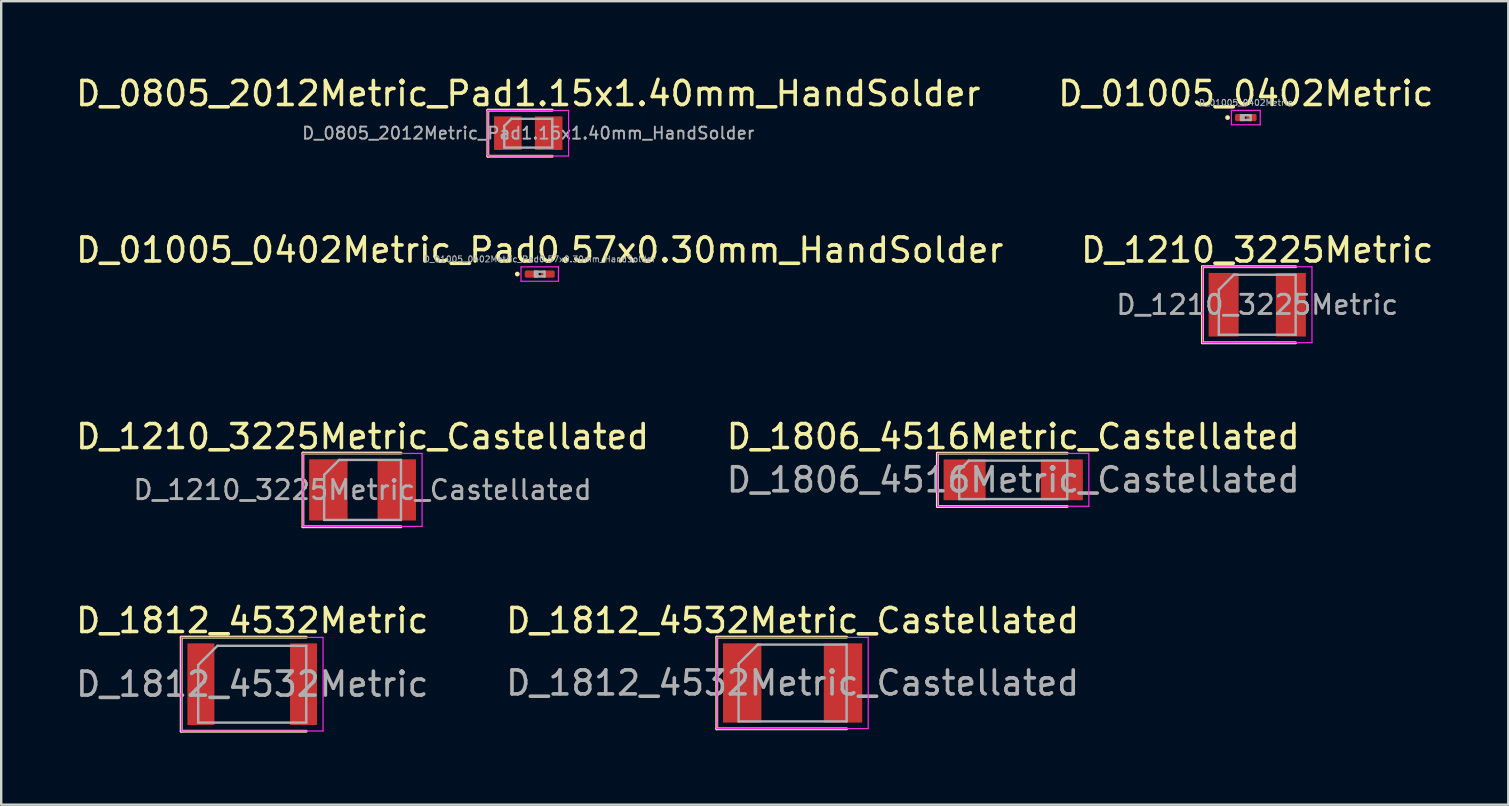
<source format=kicad_pcb>
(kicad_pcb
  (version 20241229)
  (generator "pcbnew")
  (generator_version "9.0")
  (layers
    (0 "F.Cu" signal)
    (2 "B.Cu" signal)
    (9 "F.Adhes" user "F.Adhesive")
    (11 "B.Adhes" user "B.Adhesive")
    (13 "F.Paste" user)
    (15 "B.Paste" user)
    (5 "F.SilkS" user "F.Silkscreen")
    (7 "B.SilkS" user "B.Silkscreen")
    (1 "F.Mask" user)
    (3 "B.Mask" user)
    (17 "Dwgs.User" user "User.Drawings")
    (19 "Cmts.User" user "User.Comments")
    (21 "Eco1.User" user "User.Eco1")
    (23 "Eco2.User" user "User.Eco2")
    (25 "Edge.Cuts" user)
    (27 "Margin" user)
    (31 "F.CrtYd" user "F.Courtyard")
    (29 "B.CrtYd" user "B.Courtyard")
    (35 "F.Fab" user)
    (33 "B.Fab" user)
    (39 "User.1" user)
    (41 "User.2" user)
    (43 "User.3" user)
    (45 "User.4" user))
  (footprint "D_1210_3225Metric_Castellated"
    (layer "F.Cu")
    (at 12.054 17.36)
    (property "Reference" "D_1210_3225Metric_Castellated" (at 0 -2.22 0) (layer "F.SilkS") (effects (font (size 1 1) (thickness 0.15))))
    (attr smd)
    (fp_line (start -2.485 -1.535) (end -2.485 1.535) (stroke (width 0.12) (type solid)) (layer "F.SilkS"))
    (fp_line (start -2.485 1.535) (end 1.6 1.535) (stroke (width 0.12) (type solid)) (layer "F.SilkS"))
    (fp_line (start 1.6 -1.535) (end -2.485 -1.535) (stroke (width 0.12) (type solid)) (layer "F.SilkS"))
    (fp_line (start -2.48 -1.52) (end 2.48 -1.52) (stroke (width 0.05) (type solid)) (layer "F.CrtYd"))
    (fp_line (start -2.48 1.52) (end -2.48 -1.52) (stroke (width 0.05) (type solid)) (layer "F.CrtYd"))
    (fp_line (start 2.48 -1.52) (end 2.48 1.52) (stroke (width 0.05) (type solid)) (layer "F.CrtYd"))
    (fp_line (start 2.48 1.52) (end -2.48 1.52) (stroke (width 0.05) (type solid)) (layer "F.CrtYd"))
    (fp_line (start -1.6 -0.625) (end -1.6 1.25) (stroke (width 0.1) (type solid)) (layer "F.Fab"))
    (fp_line (start -1.6 1.25) (end 1.6 1.25) (stroke (width 0.1) (type solid)) (layer "F.Fab"))
    (fp_line (start -0.975 -1.25) (end -1.6 -0.625) (stroke (width 0.1) (type solid)) (layer "F.Fab"))
    (fp_line (start 1.6 -1.25) (end -0.975 -1.25) (stroke (width 0.1) (type solid)) (layer "F.Fab"))
    (fp_line (start 1.6 1.25) (end 1.6 -1.25) (stroke (width 0.1) (type solid)) (layer "F.Fab"))
    (fp_text user "${REFERENCE}" (at 0 0 0) (layer "F.Fab") (effects (font (size 0.8 0.8) (thickness 0.12))))
    (pad "1" smd rect (at -1.425 0) (size 1.6 2.55) (layers "F.Cu" "F.Mask" "F.Paste"))
    (pad "2" smd rect (at 1.425 0) (size 1.6 2.55) (layers "F.Cu" "F.Mask" "F.Paste")))
  (footprint "D_1812_4532Metric_Castellated"
    (layer "F.Cu")
    (at 29.97 25.403)
    (property "Reference" "D_1812_4532Metric_Castellated" (at 0 -2.6 0) (layer "F.SilkS") (effects (font (size 1 1) (thickness 0.15))))
    (attr smd)
    (fp_line (start -3.16 -1.91) (end -3.16 1.91) (stroke (width 0.12) (type solid)) (layer "F.SilkS"))
    (fp_line (start -3.16 1.91) (end 2.25 1.91) (stroke (width 0.12) (type solid)) (layer "F.SilkS"))
    (fp_line (start 2.25 -1.91) (end -3.16 -1.91) (stroke (width 0.12) (type solid)) (layer "F.SilkS"))
    (fp_line (start -3.15 -1.9) (end 3.15 -1.9) (stroke (width 0.05) (type solid)) (layer "F.CrtYd"))
    (fp_line (start -3.15 1.9) (end -3.15 -1.9) (stroke (width 0.05) (type solid)) (layer "F.CrtYd"))
    (fp_line (start 3.15 -1.9) (end 3.15 1.9) (stroke (width 0.05) (type solid)) (layer "F.CrtYd"))
    (fp_line (start 3.15 1.9) (end -3.15 1.9) (stroke (width 0.05) (type solid)) (layer "F.CrtYd"))
    (fp_line (start -2.25 -0.8) (end -2.25 1.6) (stroke (width 0.1) (type solid)) (layer "F.Fab"))
    (fp_line (start -2.25 1.6) (end 2.25 1.6) (stroke (width 0.1) (type solid)) (layer "F.Fab"))
    (fp_line (start -1.45 -1.6) (end -2.25 -0.8) (stroke (width 0.1) (type solid)) (layer "F.Fab"))
    (fp_line (start 2.25 -1.6) (end -1.45 -1.6) (stroke (width 0.1) (type solid)) (layer "F.Fab"))
    (fp_line (start 2.25 1.6) (end 2.25 -1.6) (stroke (width 0.1) (type solid)) (layer "F.Fab"))
    (fp_text user "${REFERENCE}" (at 0 0 0) (layer "F.Fab") (effects (font (size 1 1) (thickness 0.15))))
    (pad "1" smd rect (at -2.1 0) (size 1.6 3.3) (layers "F.Cu" "F.Mask" "F.Paste"))
    (pad "2" smd rect (at 2.1 0) (size 1.6 3.3) (layers "F.Cu" "F.Mask" "F.Paste")))
  (footprint "D_1806_4516Metric_Castellated"
    (layer "F.Cu")
    (at 39.161 16.94)
    (property "Reference" "D_1806_4516Metric_Castellated" (at 0 -1.8 0) (layer "F.SilkS") (effects (font (size 1 1) (thickness 0.15))))
    (attr smd)
    (fp_line (start -3.16 -1.11) (end -3.16 1.11) (stroke (width 0.12) (type solid)) (layer "F.SilkS"))
    (fp_line (start -3.16 1.11) (end 2.25 1.11) (stroke (width 0.12) (type solid)) (layer "F.SilkS"))
    (fp_line (start 2.25 -1.11) (end -3.16 -1.11) (stroke (width 0.12) (type solid)) (layer "F.SilkS"))
    (fp_line (start -3.15 -1.1) (end 3.15 -1.1) (stroke (width 0.05) (type solid)) (layer "F.CrtYd"))
    (fp_line (start -3.15 1.1) (end -3.15 -1.1) (stroke (width 0.05) (type solid)) (layer "F.CrtYd"))
    (fp_line (start 3.15 -1.1) (end 3.15 1.1) (stroke (width 0.05) (type solid)) (layer "F.CrtYd"))
    (fp_line (start 3.15 1.1) (end -3.15 1.1) (stroke (width 0.05) (type solid)) (layer "F.CrtYd"))
    (fp_line (start -2.25 -0.4) (end -2.25 0.8) (stroke (width 0.1) (type solid)) (layer "F.Fab"))
    (fp_line (start -2.25 0.8) (end 2.25 0.8) (stroke (width 0.1) (type solid)) (layer "F.Fab"))
    (fp_line (start -1.85 -0.8) (end -2.25 -0.4) (stroke (width 0.1) (type solid)) (layer "F.Fab"))
    (fp_line (start 2.25 -0.8) (end -1.85 -0.8) (stroke (width 0.1) (type solid)) (layer "F.Fab"))
    (fp_line (start 2.25 0.8) (end 2.25 -0.8) (stroke (width 0.1) (type solid)) (layer "F.Fab"))
    (fp_text user "${REFERENCE}" (at 0 0 0) (layer "F.Fab") (effects (font (size 1 1) (thickness 0.15))))
    (pad "1" smd rect (at -2.025 0) (size 1.75 1.7) (layers "F.Cu" "F.Mask" "F.Paste"))
    (pad "2" smd rect (at 2.025 0) (size 1.75 1.7) (layers "F.Cu" "F.Mask" "F.Paste")))
  (footprint "D_01005_0402Metric_Pad0.57x0.30mm_HandSolder"
    (layer "F.Cu")
    (at 19.435 8.367)
    (property "Reference" "D_01005_0402Metric_Pad0.57x0.30mm_HandSolder" (at 0 -1 0) (layer "F.SilkS") (effects (font (size 1 1) (thickness 0.15))))
    (attr smd)
    (fp_circle (center -0.935 0) (end -0.885 0) (stroke (width 0.1) (type solid)) (fill no) (layer "F.SilkS"))
    (fp_line (start -0.78 -0.3) (end 0.78 -0.3) (stroke (width 0.05) (type solid)) (layer "F.CrtYd"))
    (fp_line (start -0.78 0.3) (end -0.78 -0.3) (stroke (width 0.05) (type solid)) (layer "F.CrtYd"))
    (fp_line (start 0.78 -0.3) (end 0.78 0.3) (stroke (width 0.05) (type solid)) (layer "F.CrtYd"))
    (fp_line (start 0.78 0.3) (end -0.78 0.3) (stroke (width 0.05) (type solid)) (layer "F.CrtYd"))
    (fp_line (start -0.2 -0.1) (end 0.2 -0.1) (stroke (width 0.1) (type solid)) (layer "F.Fab"))
    (fp_line (start -0.2 0.1) (end -0.2 -0.1) (stroke (width 0.1) (type solid)) (layer "F.Fab"))
    (fp_line (start -0.1 0.1) (end -0.1 -0.1) (stroke (width 0.1) (type solid)) (layer "F.Fab"))
    (fp_line (start 0.2 -0.1) (end 0.2 0.1) (stroke (width 0.1) (type solid)) (layer "F.Fab"))
    (fp_line (start 0.2 0.1) (end -0.2 0.1) (stroke (width 0.1) (type solid)) (layer "F.Fab"))
    (fp_text user "${REFERENCE}" (at 0 -0.62 0) (layer "F.Fab") (effects (font (size 0.25 0.25) (thickness 0.04))))
    (pad "" smd roundrect (at -0.362 0) (size 0.41 0.27) (layers "F.Paste") (roundrect_rratio 0.25))
    (pad "" smd roundrect (at 0.362 0) (size 0.41 0.27) (layers "F.Paste") (roundrect_rratio 0.25))
    (pad "1" smd roundrect (at -0.338 0) (size 0.575 0.3) (layers "F.Cu" "F.Mask") (roundrect_rratio 0.25))
    (pad "2" smd roundrect (at 0.338 0) (size 0.575 0.3) (layers "F.Cu" "F.Mask") (roundrect_rratio 0.25)))
  (footprint "D_1210_3225Metric"
    (layer "F.Cu")
    (at 49.327 9.646)
    (property "Reference" "D_1210_3225Metric" (at 0 -2.28 0) (layer "F.SilkS") (effects (font (size 1 1) (thickness 0.15))))
    (attr smd)
    (fp_line (start -2.285 -1.585) (end -2.285 1.585) (stroke (width 0.12) (type solid)) (layer "F.SilkS"))
    (fp_line (start -2.285 1.585) (end 1.6 1.585) (stroke (width 0.12) (type solid)) (layer "F.SilkS"))
    (fp_line (start 1.6 -1.585) (end -2.285 -1.585) (stroke (width 0.12) (type solid)) (layer "F.SilkS"))
    (fp_line (start -2.28 -1.58) (end 2.28 -1.58) (stroke (width 0.05) (type solid)) (layer "F.CrtYd"))
    (fp_line (start -2.28 1.58) (end -2.28 -1.58) (stroke (width 0.05) (type solid)) (layer "F.CrtYd"))
    (fp_line (start 2.28 -1.58) (end 2.28 1.58) (stroke (width 0.05) (type solid)) (layer "F.CrtYd"))
    (fp_line (start 2.28 1.58) (end -2.28 1.58) (stroke (width 0.05) (type solid)) (layer "F.CrtYd"))
    (fp_line (start -1.6 -0.625) (end -1.6 1.25) (stroke (width 0.1) (type solid)) (layer "F.Fab"))
    (fp_line (start -1.6 1.25) (end 1.6 1.25) (stroke (width 0.1) (type solid)) (layer "F.Fab"))
    (fp_line (start -0.975 -1.25) (end -1.6 -0.625) (stroke (width 0.1) (type solid)) (layer "F.Fab"))
    (fp_line (start 1.6 -1.25) (end -0.975 -1.25) (stroke (width 0.1) (type solid)) (layer "F.Fab"))
    (fp_line (start 1.6 1.25) (end 1.6 -1.25) (stroke (width 0.1) (type solid)) (layer "F.Fab"))
    (fp_text user "${REFERENCE}" (at 0 0 0) (layer "F.Fab") (effects (font (size 0.8 0.8) (thickness 0.12))))
    (pad "1" smd rect (at -1.4 0) (size 1.25 2.65) (layers "F.Cu" "F.Mask" "F.Paste"))
    (pad "2" smd rect (at 1.4 0) (size 1.25 2.65) (layers "F.Cu" "F.Mask" "F.Paste")))
  (footprint "D_0805_2012Metric_Pad1.15x1.40mm_HandSolder"
    (layer "F.Cu")
    (at 18.958 2.498)
    (property "Reference" "D_0805_2012Metric_Pad1.15x1.40mm_HandSolder" (at 0 -1.65 0) (layer "F.SilkS") (effects (font (size 1 1) (thickness 0.15))))
    (attr smd)
    (fp_line (start -1.685 -0.96) (end -1.685 0.96) (stroke (width 0.12) (type solid)) (layer "F.SilkS"))
    (fp_line (start -1.685 0.96) (end 1 0.96) (stroke (width 0.12) (type solid)) (layer "F.SilkS"))
    (fp_line (start 1 -0.96) (end -1.685 -0.96) (stroke (width 0.12) (type solid)) (layer "F.SilkS"))
    (fp_line (start -1.68 -0.95) (end 1.68 -0.95) (stroke (width 0.05) (type solid)) (layer "F.CrtYd"))
    (fp_line (start -1.68 0.95) (end -1.68 -0.95) (stroke (width 0.05) (type solid)) (layer "F.CrtYd"))
    (fp_line (start 1.68 -0.95) (end 1.68 0.95) (stroke (width 0.05) (type solid)) (layer "F.CrtYd"))
    (fp_line (start 1.68 0.95) (end -1.68 0.95) (stroke (width 0.05) (type solid)) (layer "F.CrtYd"))
    (fp_line (start -1 -0.3) (end -1 0.6) (stroke (width 0.1) (type solid)) (layer "F.Fab"))
    (fp_line (start -1 0.6) (end 1 0.6) (stroke (width 0.1) (type solid)) (layer "F.Fab"))
    (fp_line (start -0.7 -0.6) (end -1 -0.3) (stroke (width 0.1) (type solid)) (layer "F.Fab"))
    (fp_line (start 1 -0.6) (end -0.7 -0.6) (stroke (width 0.1) (type solid)) (layer "F.Fab"))
    (fp_line (start 1 0.6) (end 1 -0.6) (stroke (width 0.1) (type solid)) (layer "F.Fab"))
    (fp_text user "${REFERENCE}" (at 0 0 0) (layer "F.Fab") (effects (font (size 0.5 0.5) (thickness 0.08))))
    (pad "1" smd rect (at -0.85 0) (size 1.15 1.4) (layers "F.Cu" "F.Mask" "F.Paste"))
    (pad "2" smd rect (at 0.85 0) (size 1.15 1.4) (layers "F.Cu" "F.Mask" "F.Paste")))
  (footprint "D_01005_0402Metric"
    (layer "F.Cu")
    (at 48.851 1.848)
    (property "Reference" "D_01005_0402Metric" (at 0 -1 0) (layer "F.SilkS") (effects (font (size 1 1) (thickness 0.15))))
    (attr smd)
    (fp_circle (center -0.76 0) (end -0.71 0) (stroke (width 0.1) (type solid)) (fill no) (layer "F.SilkS"))
    (fp_line (start -0.6 -0.3) (end 0.6 -0.3) (stroke (width 0.05) (type solid)) (layer "F.CrtYd"))
    (fp_line (start -0.6 0.3) (end -0.6 -0.3) (stroke (width 0.05) (type solid)) (layer "F.CrtYd"))
    (fp_line (start 0.6 -0.3) (end 0.6 0.3) (stroke (width 0.05) (type solid)) (layer "F.CrtYd"))
    (fp_line (start 0.6 0.3) (end -0.6 0.3) (stroke (width 0.05) (type solid)) (layer "F.CrtYd"))
    (fp_line (start -0.2 -0.1) (end 0.2 -0.1) (stroke (width 0.1) (type solid)) (layer "F.Fab"))
    (fp_line (start -0.2 0.1) (end -0.2 -0.1) (stroke (width 0.1) (type solid)) (layer "F.Fab"))
    (fp_line (start -0.1 0.1) (end -0.1 -0.1) (stroke (width 0.1) (type solid)) (layer "F.Fab"))
    (fp_line (start 0.2 -0.1) (end 0.2 0.1) (stroke (width 0.1) (type solid)) (layer "F.Fab"))
    (fp_line (start 0.2 0.1) (end -0.2 0.1) (stroke (width 0.1) (type solid)) (layer "F.Fab"))
    (fp_text user "${REFERENCE}" (at 0 -0.62 0) (layer "F.Fab") (effects (font (size 0.25 0.25) (thickness 0.04))))
    (pad "" smd roundrect (at -0.265 0) (size 0.286 0.27) (layers "F.Paste") (roundrect_rratio 0.25))
    (pad "" smd roundrect (at 0.265 0) (size 0.286 0.27) (layers "F.Paste") (roundrect_rratio 0.25))
    (pad "1" smd roundrect (at -0.24 0) (size 0.42 0.3) (layers "F.Cu" "F.Mask") (roundrect_rratio 0.25))
    (pad "2" smd roundrect (at 0.24 0) (size 0.42 0.3) (layers "F.Cu" "F.Mask") (roundrect_rratio 0.25)))
  (footprint "D_1812_4532Metric"
    (layer "F.Cu")
    (at 7.458 25.453)
    (property "Reference" "D_1812_4532Metric" (at 0 -2.65 0) (layer "F.SilkS") (effects (font (size 1 1) (thickness 0.15))))
    (attr smd)
    (fp_line (start -2.96 -1.96) (end -2.96 1.96) (stroke (width 0.12) (type solid)) (layer "F.SilkS"))
    (fp_line (start -2.96 1.96) (end 2.25 1.96) (stroke (width 0.12) (type solid)) (layer "F.SilkS"))
    (fp_line (start 2.25 -1.96) (end -2.96 -1.96) (stroke (width 0.12) (type solid)) (layer "F.SilkS"))
    (fp_line (start -2.95 -1.95) (end 2.95 -1.95) (stroke (width 0.05) (type solid)) (layer "F.CrtYd"))
    (fp_line (start -2.95 1.95) (end -2.95 -1.95) (stroke (width 0.05) (type solid)) (layer "F.CrtYd"))
    (fp_line (start 2.95 -1.95) (end 2.95 1.95) (stroke (width 0.05) (type solid)) (layer "F.CrtYd"))
    (fp_line (start 2.95 1.95) (end -2.95 1.95) (stroke (width 0.05) (type solid)) (layer "F.CrtYd"))
    (fp_line (start -2.25 -0.8) (end -2.25 1.6) (stroke (width 0.1) (type solid)) (layer "F.Fab"))
    (fp_line (start -2.25 1.6) (end 2.25 1.6) (stroke (width 0.1) (type solid)) (layer "F.Fab"))
    (fp_line (start -1.45 -1.6) (end -2.25 -0.8) (stroke (width 0.1) (type solid)) (layer "F.Fab"))
    (fp_line (start 2.25 -1.6) (end -1.45 -1.6) (stroke (width 0.1) (type solid)) (layer "F.Fab"))
    (fp_line (start 2.25 1.6) (end 2.25 -1.6) (stroke (width 0.1) (type solid)) (layer "F.Fab"))
    (fp_text user "${REFERENCE}" (at 0 0 0) (layer "F.Fab") (effects (font (size 1 1) (thickness 0.15))))
    (pad "1" smd rect (at -2.138 0) (size 1.125 3.4) (layers "F.Cu" "F.Mask" "F.Paste"))
    (pad "2" smd rect (at 2.138 0) (size 1.125 3.4) (layers "F.Cu" "F.Mask" "F.Paste")))
  (gr_rect
    (start -3 -3)
    (end 59.786 30.473)
    (stroke (width 0.1) (type default))
    (fill no)
    (layer "Edge.Cuts")))
</source>
